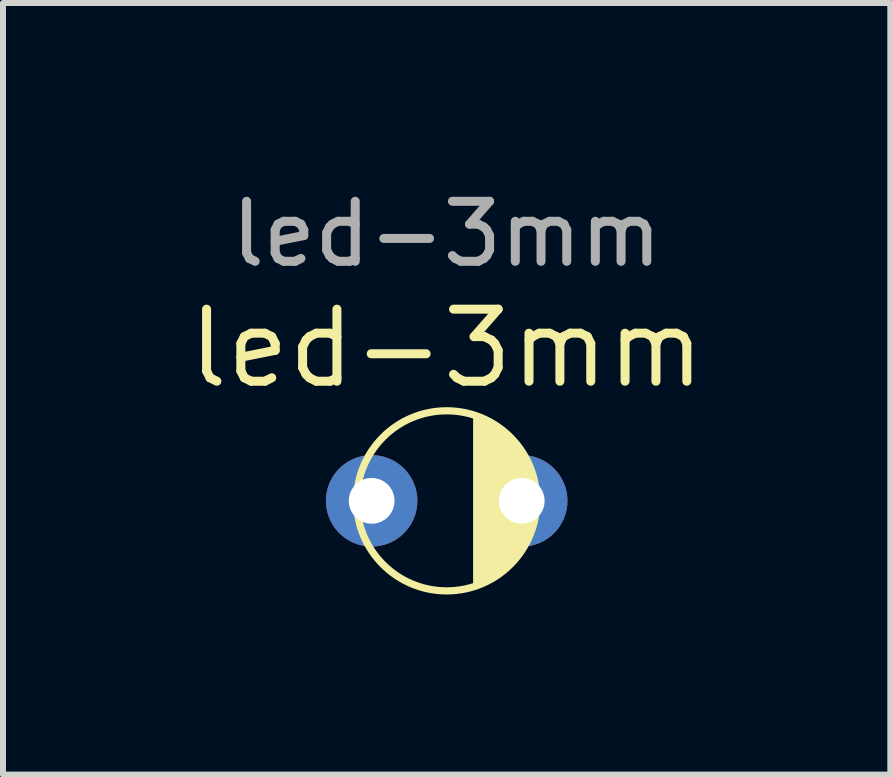
<source format=kicad_pcb>
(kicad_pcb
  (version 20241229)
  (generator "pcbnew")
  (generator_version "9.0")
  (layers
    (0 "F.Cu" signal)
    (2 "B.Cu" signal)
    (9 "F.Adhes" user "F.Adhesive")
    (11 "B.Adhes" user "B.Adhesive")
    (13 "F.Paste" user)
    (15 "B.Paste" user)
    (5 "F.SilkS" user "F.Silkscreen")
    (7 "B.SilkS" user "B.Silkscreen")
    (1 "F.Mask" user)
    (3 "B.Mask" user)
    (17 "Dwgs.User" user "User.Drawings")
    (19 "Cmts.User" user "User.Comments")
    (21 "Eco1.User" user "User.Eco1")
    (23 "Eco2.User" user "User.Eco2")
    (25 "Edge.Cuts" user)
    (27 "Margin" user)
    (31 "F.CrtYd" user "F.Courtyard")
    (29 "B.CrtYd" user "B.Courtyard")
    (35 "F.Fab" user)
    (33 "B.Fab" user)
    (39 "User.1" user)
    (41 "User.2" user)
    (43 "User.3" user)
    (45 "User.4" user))
  (footprint "led-3mm"
    (layer "F.Cu")
    (at 4.391 5.293)
    (property "Reference" "led-3mm" (at 0 -2.54 0) (unlocked yes) (layer "F.SilkS") (effects (font (size 1.2 1.2) (thickness 0.15))))
    (attr through_hole)
    (fp_circle (center 0 0) (end 0 -1.5) (stroke (width 0.12) (type solid)) (fill no) (layer "F.SilkS"))
    (fp_poly (pts (xy 1.4 0.2) (xy 1.3 0.7) (xy 0.9 1.1) (xy 0.5 1.4) (xy 0.5 -1.4) (xy 0.8 -1.2) (xy 1.1 -0.9) (xy 1.4 -0.4)) (stroke (width 0.12) (type solid)) (fill yes) (layer "F.SilkS"))
    (fp_text user "${REFERENCE}" (at 0 -4.445 0) (unlocked yes) (layer "F.Fab") (effects (font (size 1 1) (thickness 0.15))))
    (pad "1" thru_hole circle (at 1.25 0) (size 1.524 1.524) (drill 0.762) (layers "*.Cu" "*.Mask"))
    (pad "2" thru_hole circle (at -1.25 0) (size 1.524 1.524) (drill 0.762) (layers "*.Cu" "*.Mask")))
  (gr_rect
    (start -3 -3)
    (end 11.781 9.853)
    (stroke (width 0.1) (type default))
    (fill no)
    (layer "Edge.Cuts")))
</source>
